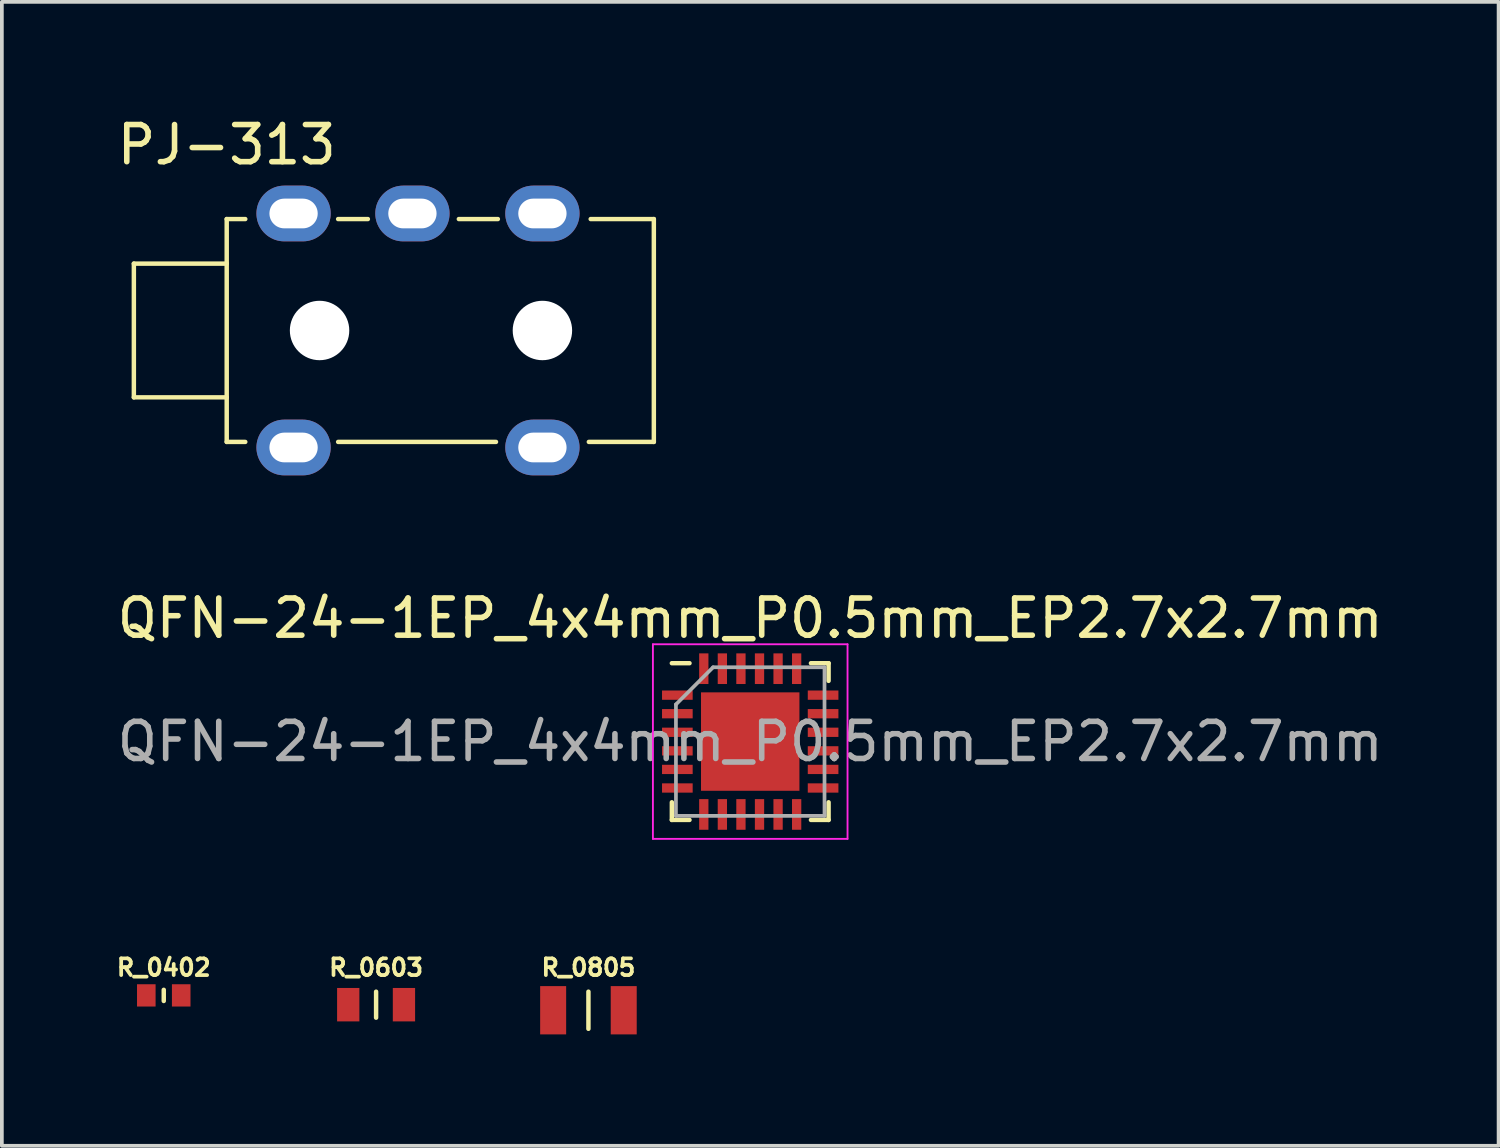
<source format=kicad_pcb>
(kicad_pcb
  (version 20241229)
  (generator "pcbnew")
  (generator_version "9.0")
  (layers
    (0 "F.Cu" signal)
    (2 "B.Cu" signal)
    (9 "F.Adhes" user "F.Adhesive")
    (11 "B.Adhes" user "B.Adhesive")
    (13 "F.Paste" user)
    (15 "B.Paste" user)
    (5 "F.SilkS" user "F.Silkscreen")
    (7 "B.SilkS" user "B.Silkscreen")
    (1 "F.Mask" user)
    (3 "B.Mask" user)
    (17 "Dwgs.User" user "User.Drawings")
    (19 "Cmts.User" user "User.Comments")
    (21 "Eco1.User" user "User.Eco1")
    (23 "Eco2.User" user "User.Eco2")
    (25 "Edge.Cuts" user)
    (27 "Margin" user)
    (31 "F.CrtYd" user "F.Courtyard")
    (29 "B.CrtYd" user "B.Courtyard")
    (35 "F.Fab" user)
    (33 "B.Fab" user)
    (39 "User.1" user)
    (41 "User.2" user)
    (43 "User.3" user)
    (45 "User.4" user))
  (footprint "QFN-24-1EP_4x4mm_P0.5mm_EP2.7x2.7mm"
    (layer "F.Cu")
    (at 17.149 16.916)
    (property "Reference" "QFN-24-1EP_4x4mm_P0.5mm_EP2.7x2.7mm" (at 0 -3.32 0) (layer "F.SilkS") (effects (font (size 1 1) (thickness 0.15))))
    (attr smd)
    (fp_line (start -2.11 2.11) (end -2.11 1.635) (stroke (width 0.12) (type solid)) (layer "F.SilkS"))
    (fp_line (start -1.635 -2.11) (end -2.11 -2.11) (stroke (width 0.12) (type solid)) (layer "F.SilkS"))
    (fp_line (start -1.635 2.11) (end -2.11 2.11) (stroke (width 0.12) (type solid)) (layer "F.SilkS"))
    (fp_line (start 1.635 -2.11) (end 2.11 -2.11) (stroke (width 0.12) (type solid)) (layer "F.SilkS"))
    (fp_line (start 1.635 2.11) (end 2.11 2.11) (stroke (width 0.12) (type solid)) (layer "F.SilkS"))
    (fp_line (start 2.11 -2.11) (end 2.11 -1.635) (stroke (width 0.12) (type solid)) (layer "F.SilkS"))
    (fp_line (start 2.11 2.11) (end 2.11 1.635) (stroke (width 0.12) (type solid)) (layer "F.SilkS"))
    (fp_line (start -2.62 -2.62) (end -2.62 2.62) (stroke (width 0.05) (type solid)) (layer "F.CrtYd"))
    (fp_line (start -2.62 2.62) (end 2.62 2.62) (stroke (width 0.05) (type solid)) (layer "F.CrtYd"))
    (fp_line (start 2.62 -2.62) (end -2.62 -2.62) (stroke (width 0.05) (type solid)) (layer "F.CrtYd"))
    (fp_line (start 2.62 2.62) (end 2.62 -2.62) (stroke (width 0.05) (type solid)) (layer "F.CrtYd"))
    (fp_line (start -2 -1) (end -1 -2) (stroke (width 0.1) (type solid)) (layer "F.Fab"))
    (fp_line (start -2 2) (end -2 -1) (stroke (width 0.1) (type solid)) (layer "F.Fab"))
    (fp_line (start -1 -2) (end 2 -2) (stroke (width 0.1) (type solid)) (layer "F.Fab"))
    (fp_line (start 2 -2) (end 2 2) (stroke (width 0.1) (type solid)) (layer "F.Fab"))
    (fp_line (start 2 2) (end -2 2) (stroke (width 0.1) (type solid)) (layer "F.Fab"))
    (fp_text user "${REFERENCE}" (at 0 0 0) (layer "F.Fab") (effects (font (size 1 1) (thickness 0.15))))
    (pad "" smd roundrect (at -0.675 -0.675) (size 1.09 1.09) (layers "F.Paste") (roundrect_rratio 0.229))
    (pad "" smd roundrect (at -0.675 0.675) (size 1.09 1.09) (layers "F.Paste") (roundrect_rratio 0.229))
    (pad "" smd roundrect (at 0.675 -0.675) (size 1.09 1.09) (layers "F.Paste") (roundrect_rratio 0.229))
    (pad "" smd roundrect (at 0.675 0.675) (size 1.09 1.09) (layers "F.Paste") (roundrect_rratio 0.229))
    (pad "1" smd rect (at -1.962 -1.25) (size 0.825 0.25) (layers "F.Cu" "F.Mask" "F.Paste"))
    (pad "2" smd rect (at -1.962 -0.75) (size 0.825 0.25) (layers "F.Cu" "F.Mask" "F.Paste"))
    (pad "3" smd rect (at -1.962 -0.25) (size 0.825 0.25) (layers "F.Cu" "F.Mask" "F.Paste"))
    (pad "4" smd rect (at -1.962 0.25) (size 0.825 0.25) (layers "F.Cu" "F.Mask" "F.Paste"))
    (pad "5" smd rect (at -1.962 0.75) (size 0.825 0.25) (layers "F.Cu" "F.Mask" "F.Paste"))
    (pad "6" smd rect (at -1.962 1.25) (size 0.825 0.25) (layers "F.Cu" "F.Mask" "F.Paste"))
    (pad "7" smd rect (at -1.25 1.962) (size 0.25 0.825) (layers "F.Cu" "F.Mask" "F.Paste"))
    (pad "8" smd rect (at -0.75 1.962) (size 0.25 0.825) (layers "F.Cu" "F.Mask" "F.Paste"))
    (pad "9" smd rect (at -0.25 1.962) (size 0.25 0.825) (layers "F.Cu" "F.Mask" "F.Paste"))
    (pad "10" smd rect (at 0.25 1.962) (size 0.25 0.825) (layers "F.Cu" "F.Mask" "F.Paste"))
    (pad "11" smd rect (at 0.75 1.962) (size 0.25 0.825) (layers "F.Cu" "F.Mask" "F.Paste"))
    (pad "12" smd rect (at 1.25 1.962) (size 0.25 0.825) (layers "F.Cu" "F.Mask" "F.Paste"))
    (pad "13" smd rect (at 1.962 1.25) (size 0.825 0.25) (layers "F.Cu" "F.Mask" "F.Paste"))
    (pad "14" smd rect (at 1.962 0.75) (size 0.825 0.25) (layers "F.Cu" "F.Mask" "F.Paste"))
    (pad "15" smd rect (at 1.962 0.25) (size 0.825 0.25) (layers "F.Cu" "F.Mask" "F.Paste"))
    (pad "16" smd rect (at 1.962 -0.25) (size 0.825 0.25) (layers "F.Cu" "F.Mask" "F.Paste"))
    (pad "17" smd rect (at 1.962 -0.75) (size 0.825 0.25) (layers "F.Cu" "F.Mask" "F.Paste"))
    (pad "18" smd rect (at 1.962 -1.25) (size 0.825 0.25) (layers "F.Cu" "F.Mask" "F.Paste"))
    (pad "19" smd rect (at 1.25 -1.962) (size 0.25 0.825) (layers "F.Cu" "F.Mask" "F.Paste"))
    (pad "20" smd rect (at 0.75 -1.962) (size 0.25 0.825) (layers "F.Cu" "F.Mask" "F.Paste"))
    (pad "21" smd rect (at 0.25 -1.962) (size 0.25 0.825) (layers "F.Cu" "F.Mask" "F.Paste"))
    (pad "22" smd rect (at -0.25 -1.962) (size 0.25 0.825) (layers "F.Cu" "F.Mask" "F.Paste"))
    (pad "23" smd rect (at -0.75 -1.962) (size 0.25 0.825) (layers "F.Cu" "F.Mask" "F.Paste"))
    (pad "24" smd rect (at -1.25 -1.962) (size 0.25 0.825) (layers "F.Cu" "F.Mask" "F.Paste"))
    (pad "25" smd rect (at 0 0) (size 2.65 2.65) (layers "F.Cu" "F.Mask")))
  (footprint "R_0603"
    (layer "F.Cu")
    (at 7.076 24)
    (property "Reference" "R_0603" (at 0 -1 0) (layer "F.SilkS") (effects (font (size 0.45 0.45) (thickness 0.1))))
    (attr smd)
    (fp_line (start 0 0.35) (end 0 -0.35) (stroke (width 0.12) (type solid)) (layer "F.SilkS"))
    (pad "1" smd rect (at -0.75 0) (size 0.6 0.9) (layers "F.Cu" "F.Mask" "F.Paste"))
    (pad "2" smd rect (at 0.75 0) (size 0.6 0.9) (layers "F.Cu" "F.Mask" "F.Paste")))
  (footprint "R_0805"
    (layer "F.Cu")
    (at 12.793 24.15)
    (property "Reference" "R_0805" (at 0 -1.15 0) (layer "F.SilkS") (effects (font (size 0.45 0.45) (thickness 0.1))))
    (attr smd)
    (fp_line (start 0 0.5) (end 0 -0.5) (stroke (width 0.12) (type solid)) (layer "F.SilkS"))
    (pad "1" smd rect (at -0.95 0) (size 0.7 1.3) (layers "F.Cu" "F.Mask" "F.Paste"))
    (pad "2" smd rect (at 0.95 0) (size 0.7 1.3) (layers "F.Cu" "F.Mask" "F.Paste")))
  (footprint "PJ-313"
    (layer "F.Cu")
    (at 3.054 5.848)
    (property "Reference" "PJ-313" (at 0 -5 0) (layer "F.SilkS") (effects (font (size 1 1) (thickness 0.15))))
    (attr through_hole)
    (fp_line (start -2.5 -1.8) (end -2.5 1.8) (stroke (width 0.12) (type solid)) (layer "F.SilkS"))
    (fp_line (start 0 -3) (end 0 3) (stroke (width 0.12) (type solid)) (layer "F.SilkS"))
    (fp_line (start 0 -3) (end 0.5 -3) (stroke (width 0.12) (type solid)) (layer "F.SilkS"))
    (fp_line (start 0 -1.8) (end -2.5 -1.8) (stroke (width 0.12) (type solid)) (layer "F.SilkS"))
    (fp_line (start 0 1.8) (end -2.5 1.8) (stroke (width 0.12) (type solid)) (layer "F.SilkS"))
    (fp_line (start 0 3) (end 0.5 3) (stroke (width 0.12) (type solid)) (layer "F.SilkS"))
    (fp_line (start 3 -3) (end 3.8 -3) (stroke (width 0.12) (type solid)) (layer "F.SilkS"))
    (fp_line (start 3 3) (end 7.25 3) (stroke (width 0.12) (type solid)) (layer "F.SilkS"))
    (fp_line (start 6.25 -3) (end 7.3 -3) (stroke (width 0.12) (type solid)) (layer "F.SilkS"))
    (fp_line (start 9.75 3) (end 11.5 3) (stroke (width 0.12) (type solid)) (layer "F.SilkS"))
    (fp_line (start 9.8 -3) (end 11.5 -3) (stroke (width 0.12) (type solid)) (layer "F.SilkS"))
    (fp_line (start 11.5 3) (end 11.5 -3) (stroke (width 0.12) (type solid)) (layer "F.SilkS"))
    (pad "" np_thru_hole circle (at 2.5 0) (size 1.6 1.6) (drill 1.6) (layers "*.Cu" "*.Mask"))
    (pad "" np_thru_hole circle (at 8.5 0) (size 1.6 1.6) (drill 1.6) (layers "*.Cu" "*.Mask"))
    (pad "2" thru_hole oval (at 1.8 -3.15) (size 2 1.5) (drill oval 1.3 0.8) (layers "*.Cu" "*.Mask"))
    (pad "2" thru_hole oval (at 1.8 3.15) (size 2 1.5) (drill oval 1.3 0.8) (layers "*.Cu" "*.Mask"))
    (pad "3" thru_hole oval (at 5 -3.15) (size 2 1.5) (drill oval 1.3 0.8) (layers "*.Cu" "*.Mask"))
    (pad "4" thru_hole oval (at 8.5 -3.15) (size 2 1.5) (drill oval 1.3 0.8) (layers "*.Cu" "*.Mask"))
    (pad "4" thru_hole oval (at 8.5 3.15) (size 2 1.5) (drill oval 1.3 0.8) (layers "*.Cu" "*.Mask")))
  (footprint "R_0402"
    (layer "F.Cu")
    (at 1.359 23.75)
    (property "Reference" "R_0402" (at 0 -0.75 0) (layer "F.SilkS") (effects (font (size 0.45 0.45) (thickness 0.1))))
    (attr smd)
    (fp_line (start 0 0.15) (end 0 -0.15) (stroke (width 0.12) (type solid)) (layer "F.SilkS"))
    (pad "1" smd rect (at -0.47 0) (size 0.5 0.6) (layers "F.Cu" "F.Mask" "F.Paste"))
    (pad "2" smd rect (at 0.47 0) (size 0.5 0.6) (layers "F.Cu" "F.Mask" "F.Paste")))
  (gr_rect
    (start -3 -3)
    (end 37.298 27.8)
    (stroke (width 0.1) (type default))
    (fill no)
    (layer "Edge.Cuts")))
</source>
